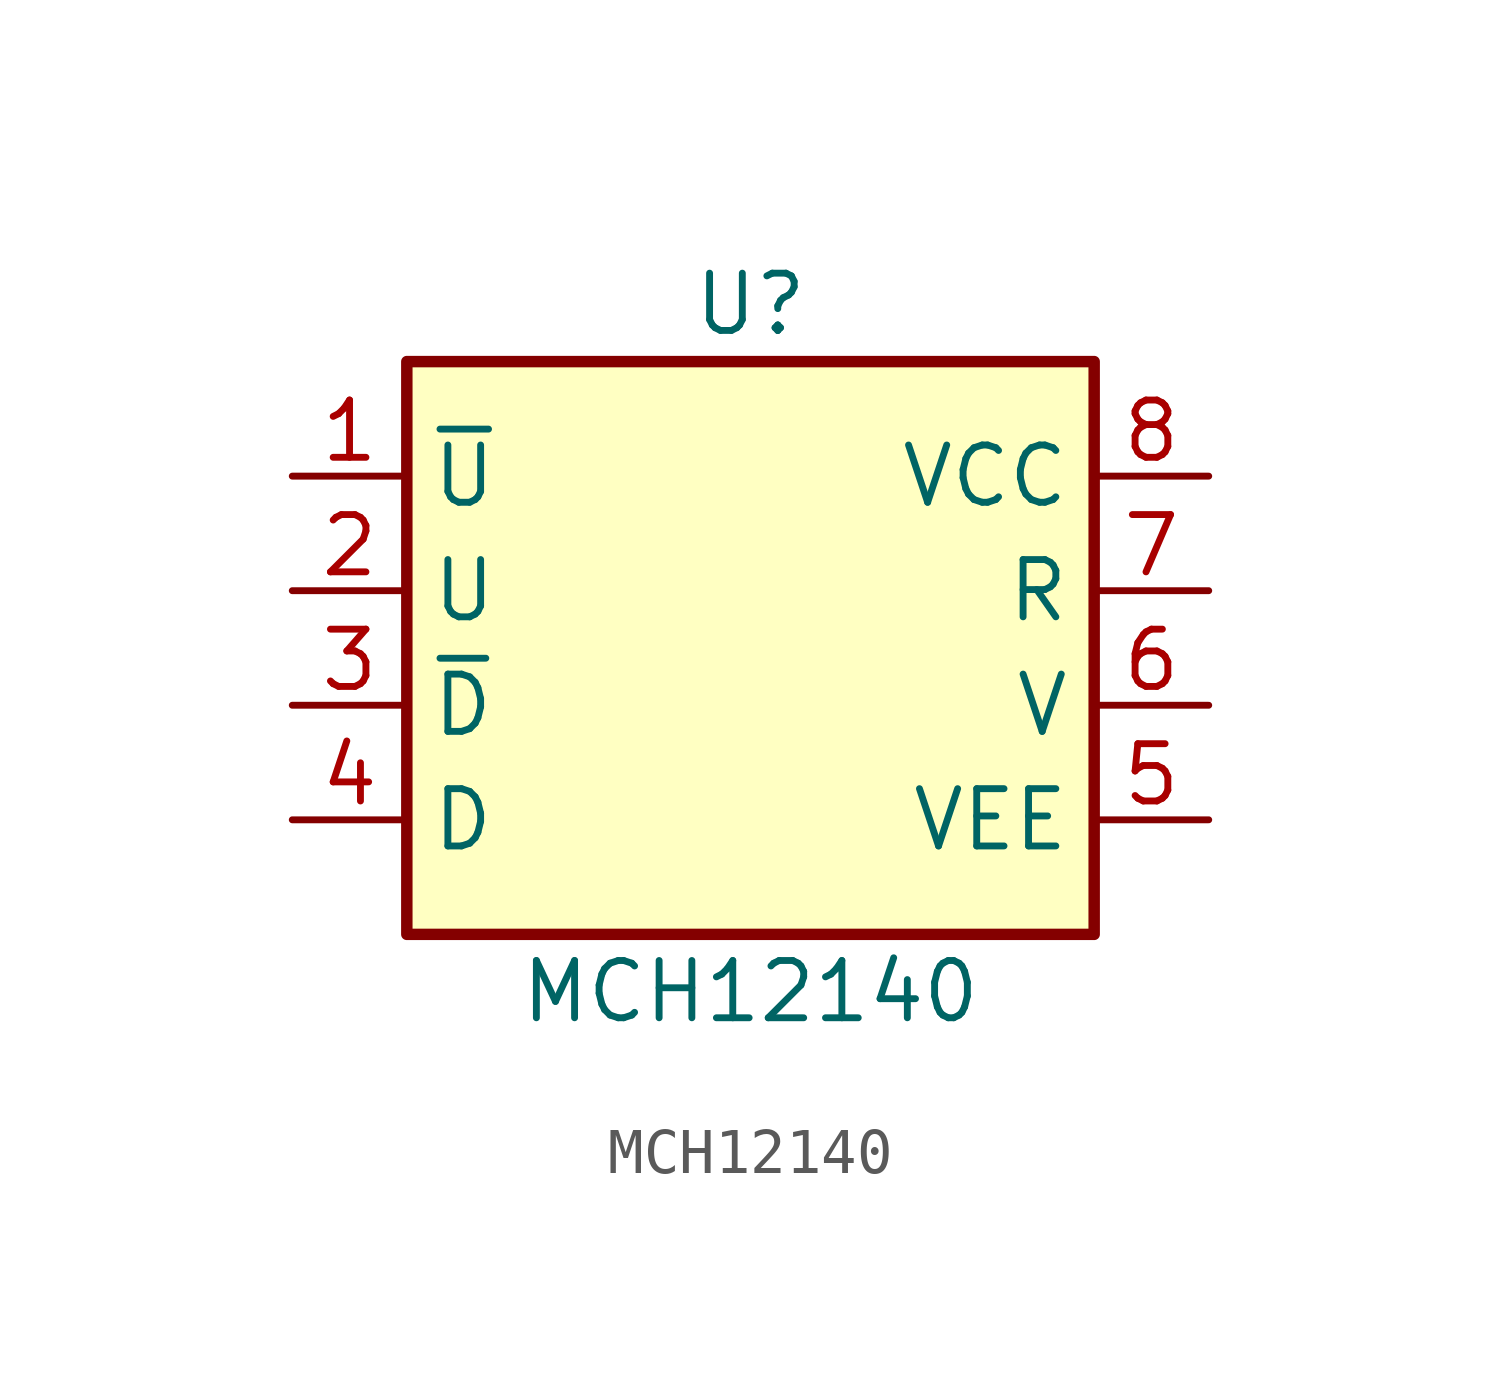
<source format=kicad_sym>
(kicad_symbol_lib
  (version 20211014)
  (generator kicad_symbol_editor)
  (symbol "MCH12140"
    (property "Reference" "U"
      (at 7.62 13.97 0)
      (effects (font (size 1.27 1.27))))
    (property "Value" "MCH12140"
      (at 7.62 -1.27 0)
      (effects (font (size 1.27 1.27))))
    (symbol "MCH12140_0_1"
      (rectangle (start 0 12.7) (end 15.24 0) (stroke (width 0.254) (type default) (color 0 0 0 0)) (fill (type background))))
    (symbol "MCH12140_1_1"
      (pin output line (at -2.54 10.16 0) (length 2.54) (name "~{U}" (effects (font (size 1.27 1.27)))) (number "1" (effects (font (size 1.27 1.27)))))
      (pin output line (at -2.54 7.62 0) (length 2.54) (name "U" (effects (font (size 1.27 1.27)))) (number "2" (effects (font (size 1.27 1.27)))))
      (pin output line (at -2.54 5.08 0) (length 2.54) (name "~{D}" (effects (font (size 1.27 1.27)))) (number "3" (effects (font (size 1.27 1.27)))))
      (pin output line (at -2.54 2.54 0) (length 2.54) (name "D" (effects (font (size 1.27 1.27)))) (number "4" (effects (font (size 1.27 1.27)))))
      (pin power_in line (at 17.78 2.54 180) (length 2.54) (name "VEE" (effects (font (size 1.27 1.27)))) (number "5" (effects (font (size 1.27 1.27)))))
      (pin input line (at 17.78 5.08 180) (length 2.54) (name "V" (effects (font (size 1.27 1.27)))) (number "6" (effects (font (size 1.27 1.27)))))
      (pin input line (at 17.78 7.62 180) (length 2.54) (name "R" (effects (font (size 1.27 1.27)))) (number "7" (effects (font (size 1.27 1.27)))))
      (pin power_in line (at 17.78 10.16 180) (length 2.54) (name "VCC" (effects (font (size 1.27 1.27)))) (number "8" (effects (font (size 1.27 1.27))))))))
</source>
